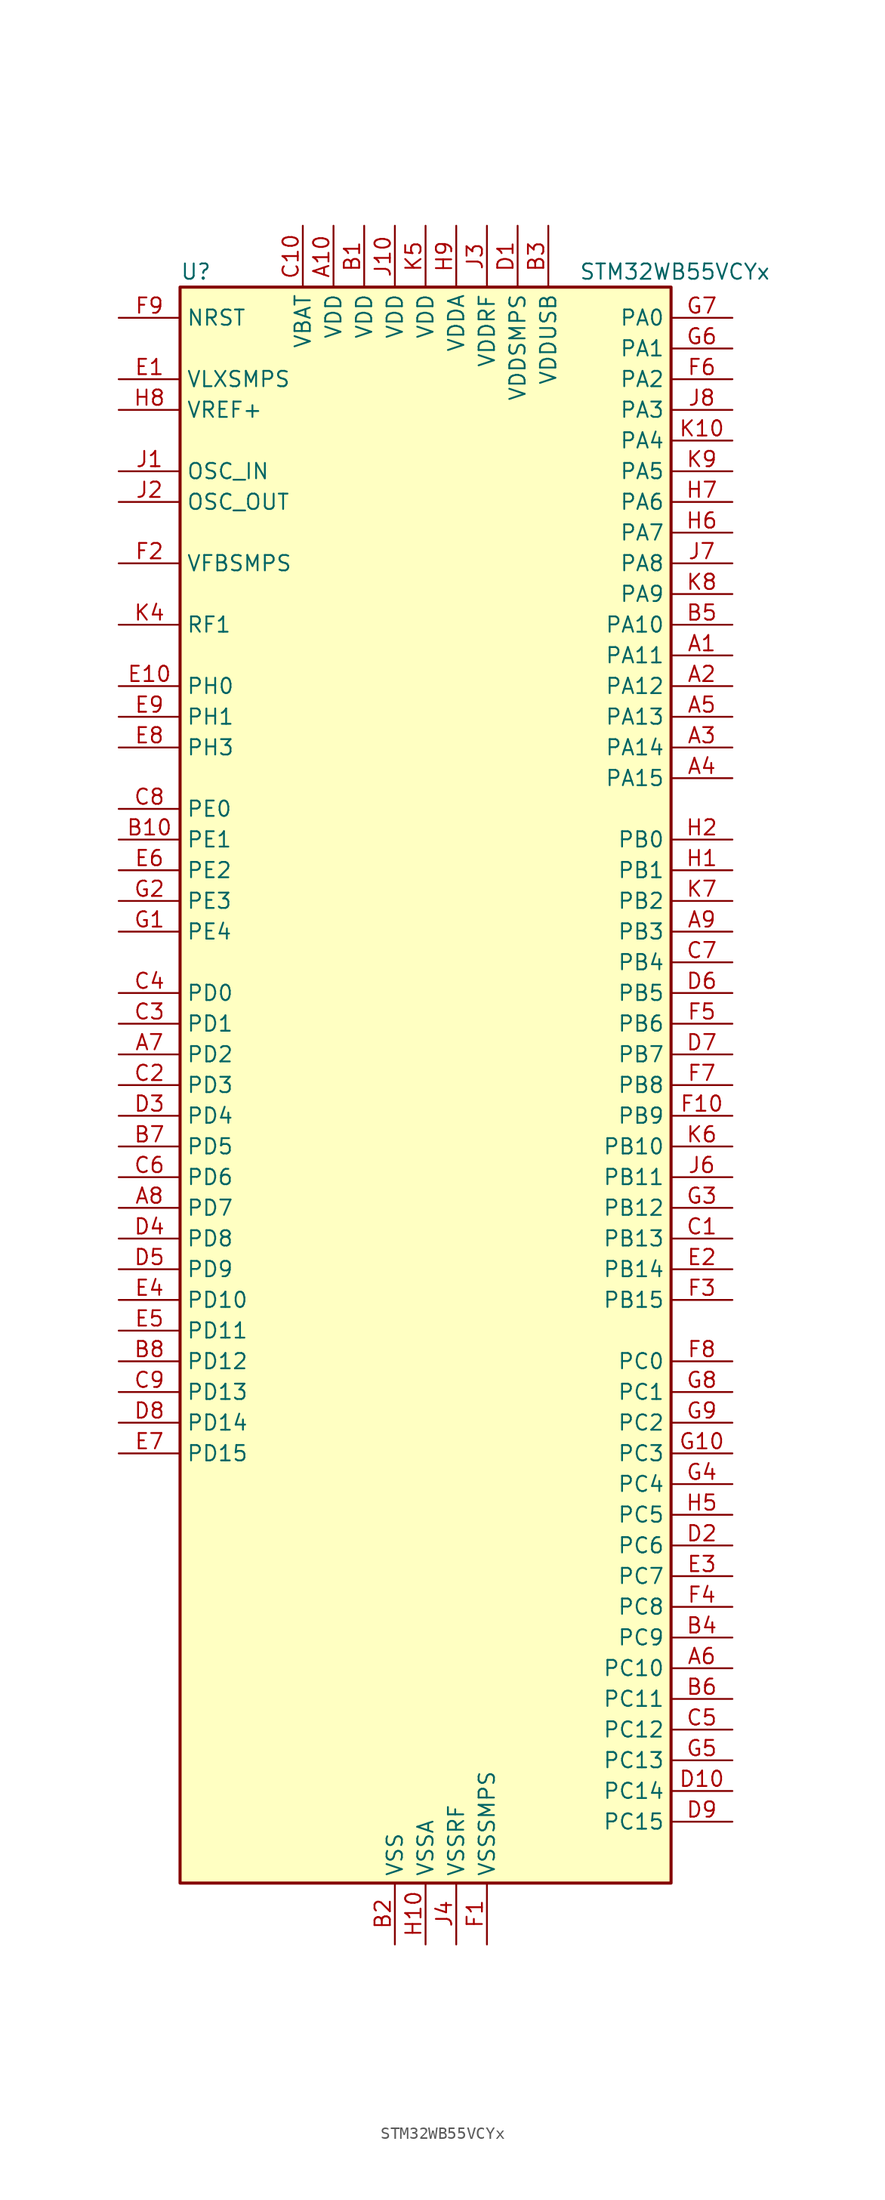
<source format=kicad_sym>
(kicad_symbol_lib
  (version 20220914)
  (generator kicad_symbol_editor)
  (symbol "STM32WB55VCYx"
    (property "Reference" "U"
      (at -20.32 67.31 0)
      (effects (font (size 1.27 1.27)) (justify left)))
    (property "Value" "STM32WB55VCYx"
      (at 12.7 67.31 0)
      (effects (font (size 1.27 1.27)) (justify left)))
    (property "ki_locked" ""
      (at 0 0 0)
      (effects (font (size 1.27 1.27))))
    (symbol "STM32WB55VCYx_0_1"
      (rectangle (start -20.32 -66.04) (end 20.32 66.04) (stroke (width 0.254) (type default)) (fill (type background))))
    (symbol "STM32WB55VCYx_1_1"
      (pin bidirectional line (at 25.4 35.56 180) (length 5.08) (name "PA11" (effects (font (size 1.27 1.27)))) (number "A1" (effects (font (size 1.27 1.27)))) (alternate "ADC1_EXTI11" bidirectional line) (alternate "SPI1_MISO" bidirectional line) (alternate "TIM1_BKIN2" bidirectional line) (alternate "TIM1_CH4" bidirectional line) (alternate "USART1_CTS" bidirectional line) (alternate "USART1_NSS" bidirectional line) (alternate "USB_DM" bidirectional line))
      (pin power_in line (at -7.62 71.12 270) (length 5.08) (name "VDD" (effects (font (size 1.27 1.27)))) (number "A10" (effects (font (size 1.27 1.27)))))
      (pin bidirectional line (at 25.4 33.02 180) (length 5.08) (name "PA12" (effects (font (size 1.27 1.27)))) (number "A2" (effects (font (size 1.27 1.27)))) (alternate "LPUART1_RX" bidirectional line) (alternate "SPI1_MOSI" bidirectional line) (alternate "TIM1_ETR" bidirectional line) (alternate "USART1_DE" bidirectional line) (alternate "USART1_RTS" bidirectional line) (alternate "USB_DP" bidirectional line))
      (pin bidirectional line (at 25.4 27.94 180) (length 5.08) (name "PA14" (effects (font (size 1.27 1.27)))) (number "A3" (effects (font (size 1.27 1.27)))) (alternate "I2C1_SMBA" bidirectional line) (alternate "LCD_SEG5" bidirectional line) (alternate "LPTIM1_OUT" bidirectional line) (alternate "SAI1_FS_B" bidirectional line) (alternate "SYS_JTCK-SWCLK" bidirectional line))
      (pin bidirectional line (at 25.4 25.4 180) (length 5.08) (name "PA15" (effects (font (size 1.27 1.27)))) (number "A4" (effects (font (size 1.27 1.27)))) (alternate "ADC1_EXTI15" bidirectional line) (alternate "LCD_SEG17" bidirectional line) (alternate "RCC_MCO" bidirectional line) (alternate "SPI1_NSS" bidirectional line) (alternate "SYS_JTDI" bidirectional line) (alternate "TIM2_CH1" bidirectional line) (alternate "TIM2_ETR" bidirectional line) (alternate "TSC_G3_IO1" bidirectional line))
      (pin bidirectional line (at 25.4 30.48 180) (length 5.08) (name "PA13" (effects (font (size 1.27 1.27)))) (number "A5" (effects (font (size 1.27 1.27)))) (alternate "IR_OUT" bidirectional line) (alternate "SAI1_SD_B" bidirectional line) (alternate "SYS_JTMS-SWDIO" bidirectional line) (alternate "USB_NOE" bidirectional line))
      (pin bidirectional line (at 25.4 -48.26 180) (length 5.08) (name "PC10" (effects (font (size 1.27 1.27)))) (number "A6" (effects (font (size 1.27 1.27)))) (alternate "LCD_COM4" bidirectional line) (alternate "LCD_SEG28" bidirectional line) (alternate "LCD_SEG40" bidirectional line) (alternate "SYS_TRACED1" bidirectional line) (alternate "TSC_G3_IO2" bidirectional line))
      (pin bidirectional line (at -25.4 2.54 0) (length 5.08) (name "PD2" (effects (font (size 1.27 1.27)))) (number "A7" (effects (font (size 1.27 1.27)))) (alternate "LCD_COM7" bidirectional line) (alternate "LCD_SEG31" bidirectional line) (alternate "LCD_SEG43" bidirectional line) (alternate "SYS_TRACED2" bidirectional line) (alternate "TSC_SYNC" bidirectional line))
      (pin bidirectional line (at -25.4 -10.16 0) (length 5.08) (name "PD7" (effects (font (size 1.27 1.27)))) (number "A8" (effects (font (size 1.27 1.27)))) (alternate "LCD_SEG39" bidirectional line) (alternate "QUADSPI_BK1_IO3" bidirectional line) (alternate "TSC_G5_IO4" bidirectional line))
      (pin bidirectional line (at 25.4 12.7 180) (length 5.08) (name "PB3" (effects (font (size 1.27 1.27)))) (number "A9" (effects (font (size 1.27 1.27)))) (alternate "COMP2_INM" bidirectional line) (alternate "LCD_SEG7" bidirectional line) (alternate "SAI1_SCK_B" bidirectional line) (alternate "SPI1_SCK" bidirectional line) (alternate "SYS_JTDO-SWO" bidirectional line) (alternate "TIM2_CH2" bidirectional line) (alternate "USART1_DE" bidirectional line) (alternate "USART1_RTS" bidirectional line))
      (pin power_in line (at -5.08 71.12 270) (length 5.08) (name "VDD" (effects (font (size 1.27 1.27)))) (number "B1" (effects (font (size 1.27 1.27)))))
      (pin bidirectional line (at -25.4 20.32 0) (length 5.08) (name "PE1" (effects (font (size 1.27 1.27)))) (number "B10" (effects (font (size 1.27 1.27)))) (alternate "LCD_SEG37" bidirectional line) (alternate "TIM17_CH1" bidirectional line) (alternate "TSC_G7_IO2" bidirectional line))
      (pin power_in line (at -2.54 -71.12 90) (length 5.08) (name "VSS" (effects (font (size 1.27 1.27)))) (number "B2" (effects (font (size 1.27 1.27)))))
      (pin power_in line (at 10.16 71.12 270) (length 5.08) (name "VDDUSB" (effects (font (size 1.27 1.27)))) (number "B3" (effects (font (size 1.27 1.27)))))
      (pin bidirectional line (at 25.4 -45.72 180) (length 5.08) (name "PC9" (effects (font (size 1.27 1.27)))) (number "B4" (effects (font (size 1.27 1.27)))) (alternate "LCD_SEG27" bidirectional line) (alternate "SAI1_SCK_B" bidirectional line) (alternate "TIM1_BKIN" bidirectional line) (alternate "TSC_G4_IO4" bidirectional line) (alternate "USB_NOE" bidirectional line))
      (pin bidirectional line (at 25.4 38.1 180) (length 5.08) (name "PA10" (effects (font (size 1.27 1.27)))) (number "B5" (effects (font (size 1.27 1.27)))) (alternate "CRS_SYNC" bidirectional line) (alternate "I2C1_SDA" bidirectional line) (alternate "LCD_COM2" bidirectional line) (alternate "SAI1_D1" bidirectional line) (alternate "SAI1_SD_A" bidirectional line) (alternate "TIM17_BKIN" bidirectional line) (alternate "TIM1_CH3" bidirectional line) (alternate "USART1_RX" bidirectional line))
      (pin bidirectional line (at 25.4 -50.8 180) (length 5.08) (name "PC11" (effects (font (size 1.27 1.27)))) (number "B6" (effects (font (size 1.27 1.27)))) (alternate "ADC1_EXTI11" bidirectional line) (alternate "LCD_COM5" bidirectional line) (alternate "LCD_SEG29" bidirectional line) (alternate "LCD_SEG41" bidirectional line) (alternate "TSC_G3_IO3" bidirectional line))
      (pin bidirectional line (at -25.4 -5.08 0) (length 5.08) (name "PD5" (effects (font (size 1.27 1.27)))) (number "B7" (effects (font (size 1.27 1.27)))) (alternate "QUADSPI_BK1_IO1" bidirectional line) (alternate "SAI1_MCLK_B" bidirectional line) (alternate "TSC_G5_IO2" bidirectional line))
      (pin bidirectional line (at -25.4 -22.86 0) (length 5.08) (name "PD12" (effects (font (size 1.27 1.27)))) (number "B8" (effects (font (size 1.27 1.27)))) (alternate "LCD_SEG32" bidirectional line) (alternate "LPTIM2_IN1" bidirectional line) (alternate "TSC_G6_IO3" bidirectional line))
      (pin passive line (at -2.54 -71.12 90) (length 5.08) hide (name "VSS" (effects (font (size 1.27 1.27)))) (number "B9" (effects (font (size 1.27 1.27)))))
      (pin bidirectional line (at 25.4 -12.7 180) (length 5.08) (name "PB13" (effects (font (size 1.27 1.27)))) (number "C1" (effects (font (size 1.27 1.27)))) (alternate "I2C3_SCL" bidirectional line) (alternate "LCD_SEG13" bidirectional line) (alternate "LPUART1_CTS" bidirectional line) (alternate "SAI1_SCK_A" bidirectional line) (alternate "SPI2_SCK" bidirectional line) (alternate "TIM1_CH1N" bidirectional line) (alternate "TSC_G1_IO2" bidirectional line))
      (pin power_in line (at -10.16 71.12 270) (length 5.08) (name "VBAT" (effects (font (size 1.27 1.27)))) (number "C10" (effects (font (size 1.27 1.27)))))
      (pin bidirectional line (at -25.4 0 0) (length 5.08) (name "PD3" (effects (font (size 1.27 1.27)))) (number "C2" (effects (font (size 1.27 1.27)))) (alternate "QUADSPI_BK1_NCS" bidirectional line) (alternate "SPI2_MISO" bidirectional line) (alternate "SPI2_SCK" bidirectional line))
      (pin bidirectional line (at -25.4 5.08 0) (length 5.08) (name "PD1" (effects (font (size 1.27 1.27)))) (number "C3" (effects (font (size 1.27 1.27)))) (alternate "SPI2_SCK" bidirectional line))
      (pin bidirectional line (at -25.4 7.62 0) (length 5.08) (name "PD0" (effects (font (size 1.27 1.27)))) (number "C4" (effects (font (size 1.27 1.27)))) (alternate "SPI2_NSS" bidirectional line))
      (pin bidirectional line (at 25.4 -53.34 180) (length 5.08) (name "PC12" (effects (font (size 1.27 1.27)))) (number "C5" (effects (font (size 1.27 1.27)))) (alternate "LCD_COM6" bidirectional line) (alternate "LCD_SEG30" bidirectional line) (alternate "LCD_SEG42" bidirectional line) (alternate "RCC_LSCO" bidirectional line) (alternate "RTC_TAMP3" bidirectional line) (alternate "SYS_TRACED3" bidirectional line) (alternate "SYS_WKUP3" bidirectional line) (alternate "TSC_G3_IO4" bidirectional line))
      (pin bidirectional line (at -25.4 -7.62 0) (length 5.08) (name "PD6" (effects (font (size 1.27 1.27)))) (number "C6" (effects (font (size 1.27 1.27)))) (alternate "QUADSPI_BK1_IO2" bidirectional line) (alternate "SAI1_D1" bidirectional line) (alternate "SAI1_SD_A" bidirectional line) (alternate "TSC_G5_IO3" bidirectional line))
      (pin bidirectional line (at 25.4 10.16 180) (length 5.08) (name "PB4" (effects (font (size 1.27 1.27)))) (number "C7" (effects (font (size 1.27 1.27)))) (alternate "COMP2_INP" bidirectional line) (alternate "I2C3_SDA" bidirectional line) (alternate "LCD_SEG8" bidirectional line) (alternate "SAI1_MCLK_B" bidirectional line) (alternate "SPI1_MISO" bidirectional line) (alternate "SYS_JTRST" bidirectional line) (alternate "TIM17_BKIN" bidirectional line) (alternate "TSC_G2_IO1" bidirectional line) (alternate "USART1_CTS" bidirectional line) (alternate "USART1_NSS" bidirectional line))
      (pin bidirectional line (at -25.4 22.86 0) (length 5.08) (name "PE0" (effects (font (size 1.27 1.27)))) (number "C8" (effects (font (size 1.27 1.27)))) (alternate "LCD_SEG36" bidirectional line) (alternate "TIM16_CH1" bidirectional line) (alternate "TIM1_ETR" bidirectional line) (alternate "TSC_G7_IO3" bidirectional line))
      (pin bidirectional line (at -25.4 -25.4 0) (length 5.08) (name "PD13" (effects (font (size 1.27 1.27)))) (number "C9" (effects (font (size 1.27 1.27)))) (alternate "LCD_SEG33" bidirectional line) (alternate "LPTIM2_OUT" bidirectional line) (alternate "TSC_G6_IO4" bidirectional line))
      (pin power_in line (at 7.62 71.12 270) (length 5.08) (name "VDDSMPS" (effects (font (size 1.27 1.27)))) (number "D1" (effects (font (size 1.27 1.27)))))
      (pin bidirectional line (at 25.4 -58.42 180) (length 5.08) (name "PC14" (effects (font (size 1.27 1.27)))) (number "D10" (effects (font (size 1.27 1.27)))) (alternate "RCC_OSC32_IN" bidirectional line))
      (pin bidirectional line (at 25.4 -38.1 180) (length 5.08) (name "PC6" (effects (font (size 1.27 1.27)))) (number "D2" (effects (font (size 1.27 1.27)))) (alternate "LCD_SEG24" bidirectional line) (alternate "TSC_G4_IO1" bidirectional line))
      (pin bidirectional line (at -25.4 -2.54 0) (length 5.08) (name "PD4" (effects (font (size 1.27 1.27)))) (number "D3" (effects (font (size 1.27 1.27)))) (alternate "QUADSPI_BK1_IO0" bidirectional line) (alternate "SPI2_MOSI" bidirectional line) (alternate "TSC_G5_IO1" bidirectional line))
      (pin bidirectional line (at -25.4 -12.7 0) (length 5.08) (name "PD8" (effects (font (size 1.27 1.27)))) (number "D4" (effects (font (size 1.27 1.27)))) (alternate "LCD_SEG28" bidirectional line) (alternate "TIM1_BKIN2" bidirectional line))
      (pin bidirectional line (at -25.4 -15.24 0) (length 5.08) (name "PD9" (effects (font (size 1.27 1.27)))) (number "D5" (effects (font (size 1.27 1.27)))) (alternate "LCD_SEG29" bidirectional line) (alternate "SYS_TRACED0" bidirectional line))
      (pin bidirectional line (at 25.4 7.62 180) (length 5.08) (name "PB5" (effects (font (size 1.27 1.27)))) (number "D6" (effects (font (size 1.27 1.27)))) (alternate "COMP2_OUT" bidirectional line) (alternate "I2C1_SMBA" bidirectional line) (alternate "LCD_SEG9" bidirectional line) (alternate "LPTIM1_IN1" bidirectional line) (alternate "LPUART1_TX" bidirectional line) (alternate "SAI1_SD_B" bidirectional line) (alternate "SPI1_MOSI" bidirectional line) (alternate "TIM16_BKIN" bidirectional line) (alternate "TSC_G2_IO2" bidirectional line) (alternate "USART1_CK" bidirectional line))
      (pin bidirectional line (at 25.4 2.54 180) (length 5.08) (name "PB7" (effects (font (size 1.27 1.27)))) (number "D7" (effects (font (size 1.27 1.27)))) (alternate "COMP2_INM" bidirectional line) (alternate "I2C1_SDA" bidirectional line) (alternate "LCD_SEG21" bidirectional line) (alternate "LPTIM1_IN2" bidirectional line) (alternate "SYS_PVD_IN" bidirectional line) (alternate "TIM17_CH1N" bidirectional line) (alternate "TIM1_BKIN" bidirectional line) (alternate "TSC_G2_IO4" bidirectional line) (alternate "USART1_RX" bidirectional line))
      (pin bidirectional line (at -25.4 -27.94 0) (length 5.08) (name "PD14" (effects (font (size 1.27 1.27)))) (number "D8" (effects (font (size 1.27 1.27)))) (alternate "LCD_SEG34" bidirectional line) (alternate "TIM1_CH1" bidirectional line))
      (pin bidirectional line (at 25.4 -60.96 180) (length 5.08) (name "PC15" (effects (font (size 1.27 1.27)))) (number "D9" (effects (font (size 1.27 1.27)))) (alternate "ADC1_EXTI15" bidirectional line) (alternate "RCC_OSC32_OUT" bidirectional line))
      (pin power_in line (at -25.4 58.42 0) (length 5.08) (name "VLXSMPS" (effects (font (size 1.27 1.27)))) (number "E1" (effects (font (size 1.27 1.27)))))
      (pin bidirectional line (at -25.4 33.02 0) (length 5.08) (name "PH0" (effects (font (size 1.27 1.27)))) (number "E10" (effects (font (size 1.27 1.27)))))
      (pin bidirectional line (at 25.4 -15.24 180) (length 5.08) (name "PB14" (effects (font (size 1.27 1.27)))) (number "E2" (effects (font (size 1.27 1.27)))) (alternate "I2C3_SDA" bidirectional line) (alternate "LCD_SEG14" bidirectional line) (alternate "SAI1_MCLK_A" bidirectional line) (alternate "SPI2_MISO" bidirectional line) (alternate "TIM1_CH2N" bidirectional line) (alternate "TSC_G1_IO3" bidirectional line))
      (pin bidirectional line (at 25.4 -40.64 180) (length 5.08) (name "PC7" (effects (font (size 1.27 1.27)))) (number "E3" (effects (font (size 1.27 1.27)))) (alternate "LCD_SEG25" bidirectional line) (alternate "TSC_G4_IO2" bidirectional line))
      (pin bidirectional line (at -25.4 -17.78 0) (length 5.08) (name "PD10" (effects (font (size 1.27 1.27)))) (number "E4" (effects (font (size 1.27 1.27)))) (alternate "LCD_SEG30" bidirectional line) (alternate "SYS_TRIG_INOUT" bidirectional line) (alternate "TSC_G6_IO1" bidirectional line))
      (pin bidirectional line (at -25.4 -20.32 0) (length 5.08) (name "PD11" (effects (font (size 1.27 1.27)))) (number "E5" (effects (font (size 1.27 1.27)))) (alternate "ADC1_EXTI11" bidirectional line) (alternate "LCD_SEG31" bidirectional line) (alternate "LPTIM2_ETR" bidirectional line) (alternate "TSC_G6_IO2" bidirectional line))
      (pin bidirectional line (at -25.4 17.78 0) (length 5.08) (name "PE2" (effects (font (size 1.27 1.27)))) (number "E6" (effects (font (size 1.27 1.27)))) (alternate "LCD_SEG38" bidirectional line) (alternate "SAI1_CK1" bidirectional line) (alternate "SAI1_MCLK_A" bidirectional line) (alternate "SYS_TRACECLK" bidirectional line) (alternate "TSC_G7_IO1" bidirectional line))
      (pin bidirectional line (at -25.4 -30.48 0) (length 5.08) (name "PD15" (effects (font (size 1.27 1.27)))) (number "E7" (effects (font (size 1.27 1.27)))) (alternate "ADC1_EXTI15" bidirectional line) (alternate "LCD_SEG35" bidirectional line) (alternate "TIM1_CH2" bidirectional line))
      (pin bidirectional line (at -25.4 27.94 0) (length 5.08) (name "PH3" (effects (font (size 1.27 1.27)))) (number "E8" (effects (font (size 1.27 1.27)))) (alternate "RCC_LSCO" bidirectional line))
      (pin bidirectional line (at -25.4 30.48 0) (length 5.08) (name "PH1" (effects (font (size 1.27 1.27)))) (number "E9" (effects (font (size 1.27 1.27)))))
      (pin power_in line (at 5.08 -71.12 90) (length 5.08) (name "VSSSMPS" (effects (font (size 1.27 1.27)))) (number "F1" (effects (font (size 1.27 1.27)))))
      (pin bidirectional line (at 25.4 -2.54 180) (length 5.08) (name "PB9" (effects (font (size 1.27 1.27)))) (number "F10" (effects (font (size 1.27 1.27)))) (alternate "I2C1_SDA" bidirectional line) (alternate "IR_OUT" bidirectional line) (alternate "LCD_COM3" bidirectional line) (alternate "QUADSPI_BK1_IO0" bidirectional line) (alternate "SAI1_D2" bidirectional line) (alternate "SAI1_FS_A" bidirectional line) (alternate "SPI2_NSS" bidirectional line) (alternate "TIM17_CH1" bidirectional line) (alternate "TIM1_CH3N" bidirectional line) (alternate "TSC_G7_IO4" bidirectional line))
      (pin input line (at -25.4 43.18 0) (length 5.08) (name "VFBSMPS" (effects (font (size 1.27 1.27)))) (number "F2" (effects (font (size 1.27 1.27)))))
      (pin bidirectional line (at 25.4 -17.78 180) (length 5.08) (name "PB15" (effects (font (size 1.27 1.27)))) (number "F3" (effects (font (size 1.27 1.27)))) (alternate "ADC1_EXTI15" bidirectional line) (alternate "LCD_SEG15" bidirectional line) (alternate "RTC_REFIN" bidirectional line) (alternate "SAI1_SD_A" bidirectional line) (alternate "SPI2_MOSI" bidirectional line) (alternate "TIM1_CH3N" bidirectional line) (alternate "TSC_G1_IO4" bidirectional line))
      (pin bidirectional line (at 25.4 -43.18 180) (length 5.08) (name "PC8" (effects (font (size 1.27 1.27)))) (number "F4" (effects (font (size 1.27 1.27)))) (alternate "LCD_SEG26" bidirectional line) (alternate "TSC_G4_IO3" bidirectional line))
      (pin bidirectional line (at 25.4 5.08 180) (length 5.08) (name "PB6" (effects (font (size 1.27 1.27)))) (number "F5" (effects (font (size 1.27 1.27)))) (alternate "COMP2_INP" bidirectional line) (alternate "I2C1_SCL" bidirectional line) (alternate "LCD_SEG6" bidirectional line) (alternate "LPTIM1_ETR" bidirectional line) (alternate "RCC_MCO" bidirectional line) (alternate "SAI1_FS_B" bidirectional line) (alternate "TIM16_CH1N" bidirectional line) (alternate "TSC_G2_IO3" bidirectional line) (alternate "USART1_TX" bidirectional line))
      (pin bidirectional line (at 25.4 58.42 180) (length 5.08) (name "PA2" (effects (font (size 1.27 1.27)))) (number "F6" (effects (font (size 1.27 1.27)))) (alternate "ADC1_IN7" bidirectional line) (alternate "COMP2_INM" bidirectional line) (alternate "COMP2_OUT" bidirectional line) (alternate "LCD_SEG1" bidirectional line) (alternate "LPUART1_TX" bidirectional line) (alternate "QUADSPI_BK1_NCS" bidirectional line) (alternate "RCC_LSCO" bidirectional line) (alternate "SYS_WKUP4" bidirectional line) (alternate "TIM2_CH3" bidirectional line))
      (pin bidirectional line (at 25.4 0 180) (length 5.08) (name "PB8" (effects (font (size 1.27 1.27)))) (number "F7" (effects (font (size 1.27 1.27)))) (alternate "I2C1_SCL" bidirectional line) (alternate "LCD_SEG16" bidirectional line) (alternate "QUADSPI_BK1_IO1" bidirectional line) (alternate "SAI1_CK1" bidirectional line) (alternate "SAI1_MCLK_A" bidirectional line) (alternate "TIM16_CH1" bidirectional line) (alternate "TIM1_CH2N" bidirectional line))
      (pin bidirectional line (at 25.4 -22.86 180) (length 5.08) (name "PC0" (effects (font (size 1.27 1.27)))) (number "F8" (effects (font (size 1.27 1.27)))) (alternate "ADC1_IN1" bidirectional line) (alternate "I2C3_SCL" bidirectional line) (alternate "LCD_SEG18" bidirectional line) (alternate "LPTIM1_IN1" bidirectional line) (alternate "LPTIM2_IN1" bidirectional line) (alternate "LPUART1_RX" bidirectional line))
      (pin input line (at -25.4 63.5 0) (length 5.08) (name "NRST" (effects (font (size 1.27 1.27)))) (number "F9" (effects (font (size 1.27 1.27)))))
      (pin bidirectional line (at -25.4 12.7 0) (length 5.08) (name "PE4" (effects (font (size 1.27 1.27)))) (number "G1" (effects (font (size 1.27 1.27)))))
      (pin bidirectional line (at 25.4 -30.48 180) (length 5.08) (name "PC3" (effects (font (size 1.27 1.27)))) (number "G10" (effects (font (size 1.27 1.27)))) (alternate "ADC1_IN4" bidirectional line) (alternate "LCD_VLCD" bidirectional line) (alternate "LPTIM1_ETR" bidirectional line) (alternate "LPTIM2_ETR" bidirectional line) (alternate "SAI1_D1" bidirectional line) (alternate "SAI1_SD_A" bidirectional line) (alternate "SPI2_MOSI" bidirectional line))
      (pin bidirectional line (at -25.4 15.24 0) (length 5.08) (name "PE3" (effects (font (size 1.27 1.27)))) (number "G2" (effects (font (size 1.27 1.27)))))
      (pin bidirectional line (at 25.4 -10.16 180) (length 5.08) (name "PB12" (effects (font (size 1.27 1.27)))) (number "G3" (effects (font (size 1.27 1.27)))) (alternate "I2C3_SMBA" bidirectional line) (alternate "LCD_SEG12" bidirectional line) (alternate "LPUART1_DE" bidirectional line) (alternate "LPUART1_RTS" bidirectional line) (alternate "SAI1_FS_A" bidirectional line) (alternate "SPI2_NSS" bidirectional line) (alternate "TIM1_BKIN" bidirectional line) (alternate "TSC_G1_IO1" bidirectional line))
      (pin bidirectional line (at 25.4 -33.02 180) (length 5.08) (name "PC4" (effects (font (size 1.27 1.27)))) (number "G4" (effects (font (size 1.27 1.27)))) (alternate "ADC1_IN13" bidirectional line) (alternate "COMP1_INM" bidirectional line) (alternate "LCD_SEG22" bidirectional line))
      (pin bidirectional line (at 25.4 -55.88 180) (length 5.08) (name "PC13" (effects (font (size 1.27 1.27)))) (number "G5" (effects (font (size 1.27 1.27)))) (alternate "RTC_OUT1" bidirectional line) (alternate "RTC_TAMP1" bidirectional line) (alternate "RTC_TS" bidirectional line) (alternate "SYS_WKUP2" bidirectional line))
      (pin bidirectional line (at 25.4 60.96 180) (length 5.08) (name "PA1" (effects (font (size 1.27 1.27)))) (number "G6" (effects (font (size 1.27 1.27)))) (alternate "ADC1_IN6" bidirectional line) (alternate "COMP1_INP" bidirectional line) (alternate "I2C1_SMBA" bidirectional line) (alternate "LCD_SEG0" bidirectional line) (alternate "SPI1_SCK" bidirectional line) (alternate "TIM2_CH2" bidirectional line))
      (pin bidirectional line (at 25.4 63.5 180) (length 5.08) (name "PA0" (effects (font (size 1.27 1.27)))) (number "G7" (effects (font (size 1.27 1.27)))) (alternate "ADC1_IN5" bidirectional line) (alternate "COMP1_INM" bidirectional line) (alternate "COMP1_OUT" bidirectional line) (alternate "RTC_TAMP2" bidirectional line) (alternate "SAI1_EXTCLK" bidirectional line) (alternate "SYS_WKUP1" bidirectional line) (alternate "TIM2_CH1" bidirectional line) (alternate "TIM2_ETR" bidirectional line))
      (pin bidirectional line (at 25.4 -25.4 180) (length 5.08) (name "PC1" (effects (font (size 1.27 1.27)))) (number "G8" (effects (font (size 1.27 1.27)))) (alternate "ADC1_IN2" bidirectional line) (alternate "I2C3_SDA" bidirectional line) (alternate "LCD_SEG19" bidirectional line) (alternate "LPTIM1_OUT" bidirectional line) (alternate "LPUART1_TX" bidirectional line) (alternate "SPI2_MOSI" bidirectional line))
      (pin bidirectional line (at 25.4 -27.94 180) (length 5.08) (name "PC2" (effects (font (size 1.27 1.27)))) (number "G9" (effects (font (size 1.27 1.27)))) (alternate "ADC1_IN3" bidirectional line) (alternate "LCD_SEG20" bidirectional line) (alternate "LPTIM1_IN2" bidirectional line) (alternate "SPI2_MISO" bidirectional line))
      (pin bidirectional line (at 25.4 17.78 180) (length 5.08) (name "PB1" (effects (font (size 1.27 1.27)))) (number "H1" (effects (font (size 1.27 1.27)))) (alternate "LPTIM2_IN1" bidirectional line) (alternate "LPUART1_DE" bidirectional line) (alternate "LPUART1_RTS" bidirectional line))
      (pin power_in line (at 0 -71.12 90) (length 5.08) (name "VSSA" (effects (font (size 1.27 1.27)))) (number "H10" (effects (font (size 1.27 1.27)))))
      (pin bidirectional line (at 25.4 20.32 180) (length 5.08) (name "PB0" (effects (font (size 1.27 1.27)))) (number "H2" (effects (font (size 1.27 1.27)))) (alternate "COMP1_OUT" bidirectional line) (alternate "RF_TX_MOD_EXT_PA" bidirectional line))
      (pin no_connect line (at -20.32 -66.04 0) (length 5.08) hide (name "AT0" (effects (font (size 1.27 1.27)))) (number "H3" (effects (font (size 1.27 1.27)))))
      (pin no_connect line (at -20.32 -63.5 0) (length 5.08) hide (name "AT1" (effects (font (size 1.27 1.27)))) (number "H4" (effects (font (size 1.27 1.27)))))
      (pin bidirectional line (at 25.4 -35.56 180) (length 5.08) (name "PC5" (effects (font (size 1.27 1.27)))) (number "H5" (effects (font (size 1.27 1.27)))) (alternate "ADC1_IN14" bidirectional line) (alternate "COMP1_INP" bidirectional line) (alternate "LCD_SEG23" bidirectional line) (alternate "SAI1_D3" bidirectional line) (alternate "SYS_WKUP5" bidirectional line))
      (pin bidirectional line (at 25.4 45.72 180) (length 5.08) (name "PA7" (effects (font (size 1.27 1.27)))) (number "H6" (effects (font (size 1.27 1.27)))) (alternate "ADC1_IN12" bidirectional line) (alternate "COMP2_OUT" bidirectional line) (alternate "I2C3_SCL" bidirectional line) (alternate "LCD_SEG4" bidirectional line) (alternate "QUADSPI_BK1_IO2" bidirectional line) (alternate "SPI1_MOSI" bidirectional line) (alternate "TIM17_CH1" bidirectional line) (alternate "TIM1_CH1N" bidirectional line))
      (pin bidirectional line (at 25.4 48.26 180) (length 5.08) (name "PA6" (effects (font (size 1.27 1.27)))) (number "H7" (effects (font (size 1.27 1.27)))) (alternate "ADC1_IN11" bidirectional line) (alternate "LCD_SEG3" bidirectional line) (alternate "LPUART1_CTS" bidirectional line) (alternate "QUADSPI_BK1_IO3" bidirectional line) (alternate "SPI1_MISO" bidirectional line) (alternate "TIM16_CH1" bidirectional line) (alternate "TIM1_BKIN" bidirectional line))
      (pin input line (at -25.4 55.88 0) (length 5.08) (name "VREF+" (effects (font (size 1.27 1.27)))) (number "H8" (effects (font (size 1.27 1.27)))) (alternate "VREFBUF_OUT" bidirectional line))
      (pin power_in line (at 2.54 71.12 270) (length 5.08) (name "VDDA" (effects (font (size 1.27 1.27)))) (number "H9" (effects (font (size 1.27 1.27)))))
      (pin input line (at -25.4 50.8 0) (length 5.08) (name "OSC_IN" (effects (font (size 1.27 1.27)))) (number "J1" (effects (font (size 1.27 1.27)))) (alternate "RCC_OSC_IN" bidirectional line))
      (pin power_in line (at -2.54 71.12 270) (length 5.08) (name "VDD" (effects (font (size 1.27 1.27)))) (number "J10" (effects (font (size 1.27 1.27)))))
      (pin input line (at -25.4 48.26 0) (length 5.08) (name "OSC_OUT" (effects (font (size 1.27 1.27)))) (number "J2" (effects (font (size 1.27 1.27)))) (alternate "RCC_OSC_OUT" bidirectional line))
      (pin power_in line (at 5.08 71.12 270) (length 5.08) (name "VDDRF" (effects (font (size 1.27 1.27)))) (number "J3" (effects (font (size 1.27 1.27)))))
      (pin power_in line (at 2.54 -71.12 90) (length 5.08) (name "VSSRF" (effects (font (size 1.27 1.27)))) (number "J4" (effects (font (size 1.27 1.27)))))
      (pin passive line (at -2.54 -71.12 90) (length 5.08) hide (name "VSS" (effects (font (size 1.27 1.27)))) (number "J5" (effects (font (size 1.27 1.27)))))
      (pin bidirectional line (at 25.4 -7.62 180) (length 5.08) (name "PB11" (effects (font (size 1.27 1.27)))) (number "J6" (effects (font (size 1.27 1.27)))) (alternate "ADC1_EXTI11" bidirectional line) (alternate "COMP2_OUT" bidirectional line) (alternate "I2C3_SDA" bidirectional line) (alternate "LCD_SEG11" bidirectional line) (alternate "LPUART1_TX" bidirectional line) (alternate "QUADSPI_BK1_NCS" bidirectional line) (alternate "TIM2_CH4" bidirectional line))
      (pin bidirectional line (at 25.4 43.18 180) (length 5.08) (name "PA8" (effects (font (size 1.27 1.27)))) (number "J7" (effects (font (size 1.27 1.27)))) (alternate "ADC1_IN15" bidirectional line) (alternate "LCD_COM0" bidirectional line) (alternate "LPTIM2_OUT" bidirectional line) (alternate "RCC_MCO" bidirectional line) (alternate "SAI1_CK2" bidirectional line) (alternate "SAI1_SCK_A" bidirectional line) (alternate "TIM1_CH1" bidirectional line) (alternate "USART1_CK" bidirectional line))
      (pin bidirectional line (at 25.4 55.88 180) (length 5.08) (name "PA3" (effects (font (size 1.27 1.27)))) (number "J8" (effects (font (size 1.27 1.27)))) (alternate "ADC1_IN8" bidirectional line) (alternate "COMP2_INP" bidirectional line) (alternate "LCD_SEG2" bidirectional line) (alternate "LPUART1_RX" bidirectional line) (alternate "QUADSPI_CLK" bidirectional line) (alternate "SAI1_CK1" bidirectional line) (alternate "SAI1_MCLK_A" bidirectional line) (alternate "TIM2_CH4" bidirectional line))
      (pin passive line (at -2.54 -71.12 90) (length 5.08) hide (name "VSS" (effects (font (size 1.27 1.27)))) (number "J9" (effects (font (size 1.27 1.27)))))
      (pin passive line (at 2.54 -71.12 90) (length 5.08) hide (name "VSSRF" (effects (font (size 1.27 1.27)))) (number "K1" (effects (font (size 1.27 1.27)))))
      (pin bidirectional line (at 25.4 53.34 180) (length 5.08) (name "PA4" (effects (font (size 1.27 1.27)))) (number "K10" (effects (font (size 1.27 1.27)))) (alternate "ADC1_IN9" bidirectional line) (alternate "COMP1_INM" bidirectional line) (alternate "COMP2_INM" bidirectional line) (alternate "LCD_SEG5" bidirectional line) (alternate "LPTIM2_OUT" bidirectional line) (alternate "SAI1_FS_B" bidirectional line) (alternate "SPI1_NSS" bidirectional line))
      (pin passive line (at 2.54 -71.12 90) (length 5.08) hide (name "VSSRF" (effects (font (size 1.27 1.27)))) (number "K2" (effects (font (size 1.27 1.27)))))
      (pin passive line (at 2.54 -71.12 90) (length 5.08) hide (name "VSSRF" (effects (font (size 1.27 1.27)))) (number "K3" (effects (font (size 1.27 1.27)))))
      (pin bidirectional line (at -25.4 38.1 0) (length 5.08) (name "RF1" (effects (font (size 1.27 1.27)))) (number "K4" (effects (font (size 1.27 1.27)))) (alternate "RF_RF1" bidirectional line))
      (pin power_in line (at 0 71.12 270) (length 5.08) (name "VDD" (effects (font (size 1.27 1.27)))) (number "K5" (effects (font (size 1.27 1.27)))))
      (pin bidirectional line (at 25.4 -5.08 180) (length 5.08) (name "PB10" (effects (font (size 1.27 1.27)))) (number "K6" (effects (font (size 1.27 1.27)))) (alternate "COMP1_OUT" bidirectional line) (alternate "I2C3_SCL" bidirectional line) (alternate "LCD_SEG10" bidirectional line) (alternate "LPUART1_RX" bidirectional line) (alternate "QUADSPI_CLK" bidirectional line) (alternate "SAI1_SCK_A" bidirectional line) (alternate "SPI2_SCK" bidirectional line) (alternate "TIM2_CH3" bidirectional line) (alternate "TSC_SYNC" bidirectional line))
      (pin bidirectional line (at 25.4 15.24 180) (length 5.08) (name "PB2" (effects (font (size 1.27 1.27)))) (number "K7" (effects (font (size 1.27 1.27)))) (alternate "COMP1_INP" bidirectional line) (alternate "I2C3_SMBA" bidirectional line) (alternate "LCD_VLCD" bidirectional line) (alternate "LPTIM1_OUT" bidirectional line) (alternate "RTC_OUT2" bidirectional line) (alternate "SAI1_EXTCLK" bidirectional line) (alternate "SPI1_NSS" bidirectional line))
      (pin bidirectional line (at 25.4 40.64 180) (length 5.08) (name "PA9" (effects (font (size 1.27 1.27)))) (number "K8" (effects (font (size 1.27 1.27)))) (alternate "ADC1_IN16" bidirectional line) (alternate "COMP1_INM" bidirectional line) (alternate "I2C1_SCL" bidirectional line) (alternate "LCD_COM1" bidirectional line) (alternate "SAI1_D2" bidirectional line) (alternate "SAI1_FS_A" bidirectional line) (alternate "SPI2_SCK" bidirectional line) (alternate "TIM1_CH2" bidirectional line) (alternate "USART1_TX" bidirectional line))
      (pin bidirectional line (at 25.4 50.8 180) (length 5.08) (name "PA5" (effects (font (size 1.27 1.27)))) (number "K9" (effects (font (size 1.27 1.27)))) (alternate "ADC1_IN10" bidirectional line) (alternate "COMP1_INM" bidirectional line) (alternate "COMP2_INM" bidirectional line) (alternate "LPTIM2_ETR" bidirectional line) (alternate "SAI1_SD_B" bidirectional line) (alternate "SPI1_SCK" bidirectional line) (alternate "TIM2_CH1" bidirectional line) (alternate "TIM2_ETR" bidirectional line)))))
</source>
